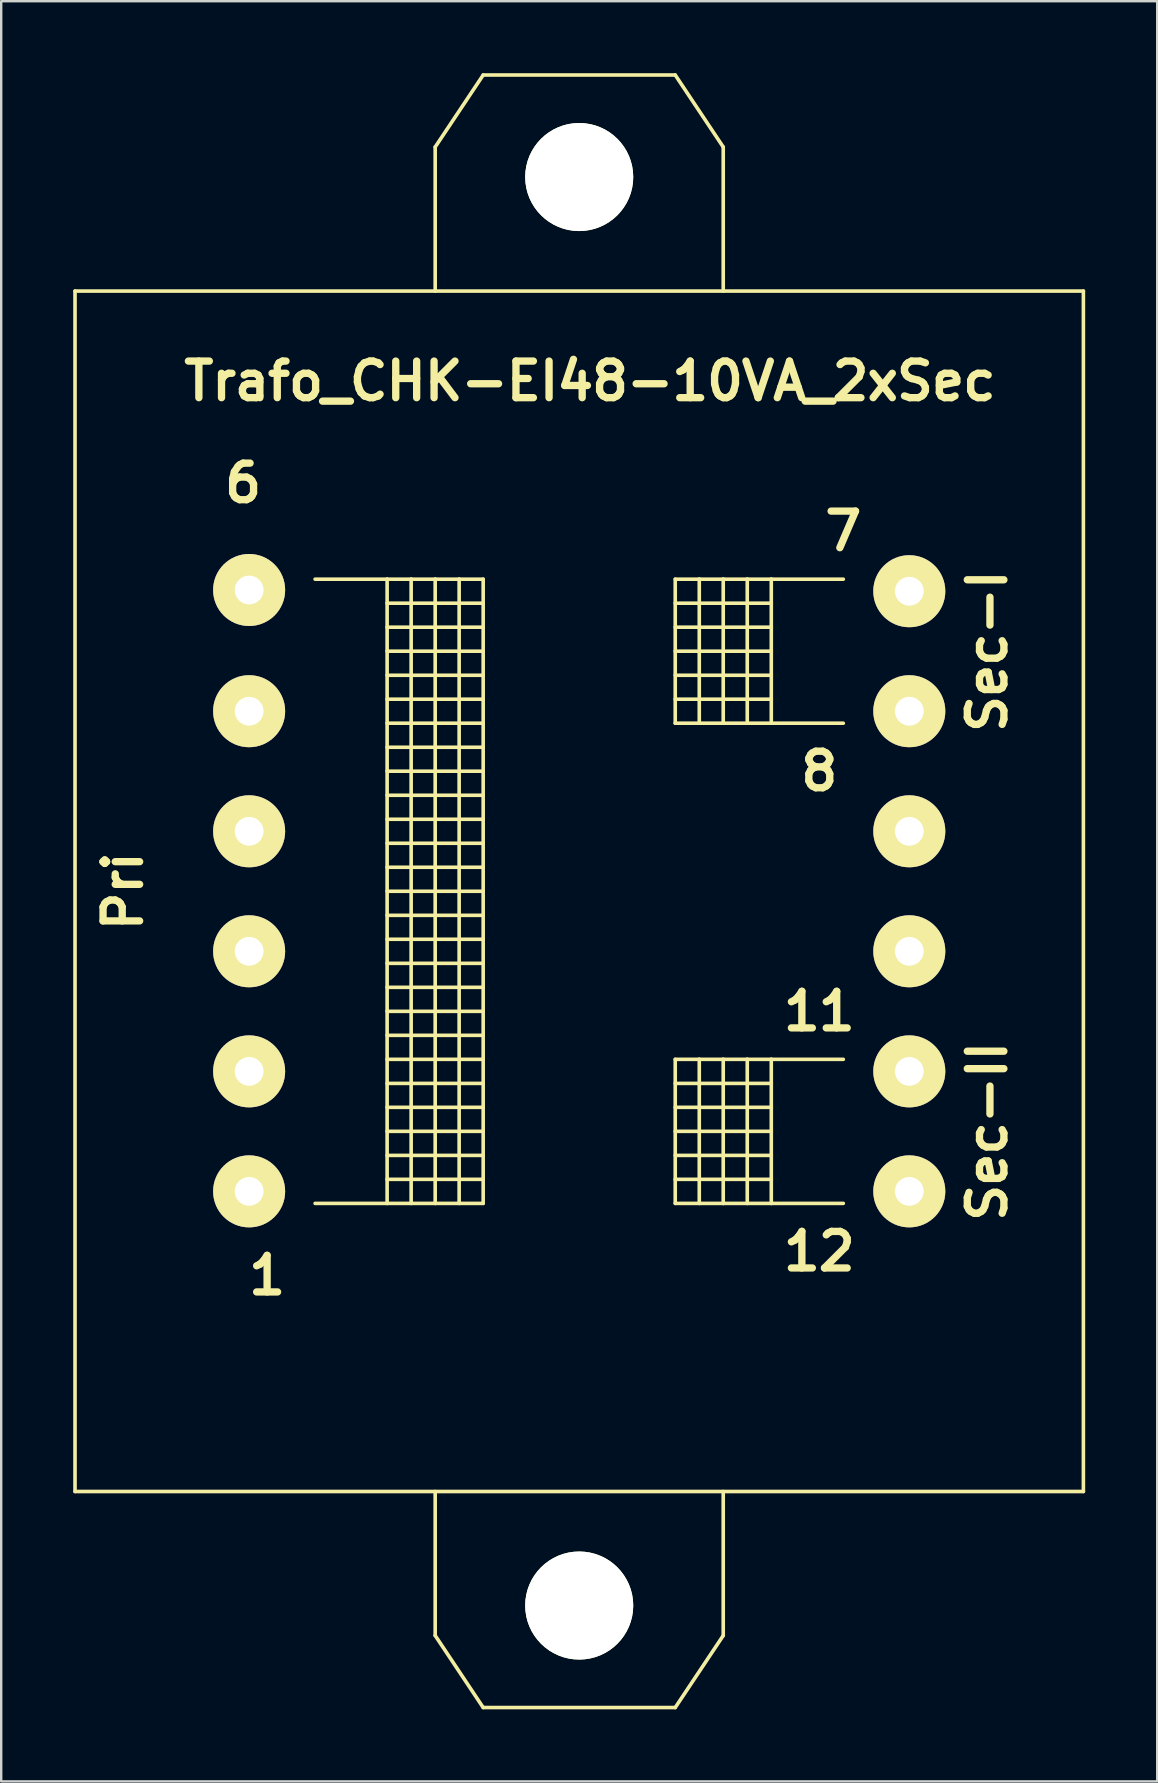
<source format=kicad_pcb>
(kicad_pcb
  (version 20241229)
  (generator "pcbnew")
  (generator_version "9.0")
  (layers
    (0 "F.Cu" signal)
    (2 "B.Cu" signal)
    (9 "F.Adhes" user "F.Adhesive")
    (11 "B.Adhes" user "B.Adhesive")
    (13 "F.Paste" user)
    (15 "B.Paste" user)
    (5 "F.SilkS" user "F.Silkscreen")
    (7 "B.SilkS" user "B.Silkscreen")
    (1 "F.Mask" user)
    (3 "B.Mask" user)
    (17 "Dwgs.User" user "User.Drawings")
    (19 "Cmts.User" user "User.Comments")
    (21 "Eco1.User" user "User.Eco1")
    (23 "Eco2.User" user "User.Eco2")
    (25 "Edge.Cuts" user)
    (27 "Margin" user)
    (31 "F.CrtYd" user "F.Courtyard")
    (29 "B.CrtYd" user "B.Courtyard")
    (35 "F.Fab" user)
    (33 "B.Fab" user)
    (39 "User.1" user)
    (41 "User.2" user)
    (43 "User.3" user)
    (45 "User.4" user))
  (footprint "Trafo_CHK-EI48-10VA_2xSec"
    (layer "F.Cu")
    (at 21.076 34.075)
    (property "Reference" "Trafo_CHK-EI48-10VA_2xSec" (at 0.45 -21.25 0) (layer "F.SilkS") (effects (font (size 1.524 1.524) (thickness 0.305))))
    (attr through_hole)
    (fp_line (start -21.001 -25.001) (end -21.001 25.001) (stroke (width 0.15) (type solid)) (layer "F.SilkS"))
    (fp_line (start -21.001 25.001) (end 21.001 25.001) (stroke (width 0.15) (type solid)) (layer "F.SilkS"))
    (fp_line (start -11.001 -13) (end -8.001 -13) (stroke (width 0.15) (type solid)) (layer "F.SilkS"))
    (fp_line (start -8.001 -13) (end -8.001 13) (stroke (width 0.15) (type solid)) (layer "F.SilkS"))
    (fp_line (start -8.001 -13) (end -7 -13) (stroke (width 0.15) (type solid)) (layer "F.SilkS"))
    (fp_line (start -8.001 -11.999) (end -4 -11.999) (stroke (width 0.15) (type solid)) (layer "F.SilkS"))
    (fp_line (start -8.001 -11.001) (end -4 -11.001) (stroke (width 0.15) (type solid)) (layer "F.SilkS"))
    (fp_line (start -8.001 -10) (end -4 -10) (stroke (width 0.15) (type solid)) (layer "F.SilkS"))
    (fp_line (start -8.001 -8.999) (end -4 -8.999) (stroke (width 0.15) (type solid)) (layer "F.SilkS"))
    (fp_line (start -8.001 -8.001) (end -4 -8.001) (stroke (width 0.15) (type solid)) (layer "F.SilkS"))
    (fp_line (start -8.001 -7) (end -4 -7) (stroke (width 0.15) (type solid)) (layer "F.SilkS"))
    (fp_line (start -8.001 -5.999) (end -4 -5.999) (stroke (width 0.15) (type solid)) (layer "F.SilkS"))
    (fp_line (start -8.001 -5.001) (end -4 -5.001) (stroke (width 0.15) (type solid)) (layer "F.SilkS"))
    (fp_line (start -8.001 -4) (end -4 -4) (stroke (width 0.15) (type solid)) (layer "F.SilkS"))
    (fp_line (start -8.001 -3) (end -4 -3) (stroke (width 0.15) (type solid)) (layer "F.SilkS"))
    (fp_line (start -8.001 -1.999) (end -4 -1.999) (stroke (width 0.15) (type solid)) (layer "F.SilkS"))
    (fp_line (start -8.001 -1.001) (end -4 -1.001) (stroke (width 0.15) (type solid)) (layer "F.SilkS"))
    (fp_line (start -8.001 0) (end -4 0) (stroke (width 0.15) (type solid)) (layer "F.SilkS"))
    (fp_line (start -8.001 1.001) (end -4 1.001) (stroke (width 0.15) (type solid)) (layer "F.SilkS"))
    (fp_line (start -8.001 1.999) (end -4 1.999) (stroke (width 0.15) (type solid)) (layer "F.SilkS"))
    (fp_line (start -8.001 3) (end -4 3) (stroke (width 0.15) (type solid)) (layer "F.SilkS"))
    (fp_line (start -8.001 4) (end -4 4) (stroke (width 0.15) (type solid)) (layer "F.SilkS"))
    (fp_line (start -8.001 5.001) (end -4 5.001) (stroke (width 0.15) (type solid)) (layer "F.SilkS"))
    (fp_line (start -8.001 5.999) (end -4 5.999) (stroke (width 0.15) (type solid)) (layer "F.SilkS"))
    (fp_line (start -8.001 7) (end -4 7) (stroke (width 0.15) (type solid)) (layer "F.SilkS"))
    (fp_line (start -8.001 8.001) (end -4 8.001) (stroke (width 0.15) (type solid)) (layer "F.SilkS"))
    (fp_line (start -8.001 8.999) (end -4 8.999) (stroke (width 0.15) (type solid)) (layer "F.SilkS"))
    (fp_line (start -8.001 10) (end -4 10) (stroke (width 0.15) (type solid)) (layer "F.SilkS"))
    (fp_line (start -8.001 11.999) (end -4 11.999) (stroke (width 0.15) (type solid)) (layer "F.SilkS"))
    (fp_line (start -8.001 13) (end -11.001 13) (stroke (width 0.15) (type solid)) (layer "F.SilkS"))
    (fp_line (start -7 -13) (end -7 13) (stroke (width 0.15) (type solid)) (layer "F.SilkS"))
    (fp_line (start -7 -13) (end -5.999 -13) (stroke (width 0.15) (type solid)) (layer "F.SilkS"))
    (fp_line (start -7 11.001) (end -8.001 11.001) (stroke (width 0.15) (type solid)) (layer "F.SilkS"))
    (fp_line (start -7 11.001) (end -4 11.001) (stroke (width 0.15) (type solid)) (layer "F.SilkS"))
    (fp_line (start -7 13) (end -8.001 13) (stroke (width 0.15) (type solid)) (layer "F.SilkS"))
    (fp_line (start -5.999 -31.001) (end -5.999 -25.001) (stroke (width 0.15) (type solid)) (layer "F.SilkS"))
    (fp_line (start -5.999 -13) (end -5.999 13) (stroke (width 0.15) (type solid)) (layer "F.SilkS"))
    (fp_line (start -5.999 -13) (end -5.001 -13) (stroke (width 0.15) (type solid)) (layer "F.SilkS"))
    (fp_line (start -5.999 13) (end -7 13) (stroke (width 0.15) (type solid)) (layer "F.SilkS"))
    (fp_line (start -5.999 31.001) (end -5.999 25.001) (stroke (width 0.15) (type solid)) (layer "F.SilkS"))
    (fp_line (start -5.001 -13) (end -5.001 13) (stroke (width 0.15) (type solid)) (layer "F.SilkS"))
    (fp_line (start -5.001 -13) (end -4 -13) (stroke (width 0.15) (type solid)) (layer "F.SilkS"))
    (fp_line (start -5.001 13) (end -5.999 13) (stroke (width 0.15) (type solid)) (layer "F.SilkS"))
    (fp_line (start -4 -34) (end -5.999 -31.001) (stroke (width 0.15) (type solid)) (layer "F.SilkS"))
    (fp_line (start -4 -13) (end -4 13) (stroke (width 0.15) (type solid)) (layer "F.SilkS"))
    (fp_line (start -4 13) (end -5.001 13) (stroke (width 0.15) (type solid)) (layer "F.SilkS"))
    (fp_line (start -4 34) (end -5.999 31.001) (stroke (width 0.15) (type solid)) (layer "F.SilkS"))
    (fp_line (start 4 -34) (end -4 -34) (stroke (width 0.15) (type solid)) (layer "F.SilkS"))
    (fp_line (start 4 -13) (end 4 -7) (stroke (width 0.15) (type solid)) (layer "F.SilkS"))
    (fp_line (start 4 -11.999) (end 8.001 -11.999) (stroke (width 0.15) (type solid)) (layer "F.SilkS"))
    (fp_line (start 4 -11.001) (end 8.001 -11.001) (stroke (width 0.15) (type solid)) (layer "F.SilkS"))
    (fp_line (start 4 -10) (end 8.001 -10) (stroke (width 0.15) (type solid)) (layer "F.SilkS"))
    (fp_line (start 4 -8.999) (end 8.001 -8.999) (stroke (width 0.15) (type solid)) (layer "F.SilkS"))
    (fp_line (start 4 -8.001) (end 8.001 -8.001) (stroke (width 0.15) (type solid)) (layer "F.SilkS"))
    (fp_line (start 4 -7) (end 5.001 -7) (stroke (width 0.15) (type solid)) (layer "F.SilkS"))
    (fp_line (start 4 7) (end 4 13) (stroke (width 0.15) (type solid)) (layer "F.SilkS"))
    (fp_line (start 4 8.001) (end 8.001 8.001) (stroke (width 0.15) (type solid)) (layer "F.SilkS"))
    (fp_line (start 4 8.999) (end 8.001 8.999) (stroke (width 0.15) (type solid)) (layer "F.SilkS"))
    (fp_line (start 4 10) (end 8.001 10) (stroke (width 0.15) (type solid)) (layer "F.SilkS"))
    (fp_line (start 4 11.001) (end 8.001 11.001) (stroke (width 0.15) (type solid)) (layer "F.SilkS"))
    (fp_line (start 4 11.999) (end 8.001 11.999) (stroke (width 0.15) (type solid)) (layer "F.SilkS"))
    (fp_line (start 4 13) (end 5.001 13) (stroke (width 0.15) (type solid)) (layer "F.SilkS"))
    (fp_line (start 4 34) (end -4 34) (stroke (width 0.15) (type solid)) (layer "F.SilkS"))
    (fp_line (start 5.001 -13) (end 4 -13) (stroke (width 0.15) (type solid)) (layer "F.SilkS"))
    (fp_line (start 5.001 -13) (end 5.001 -7) (stroke (width 0.15) (type solid)) (layer "F.SilkS"))
    (fp_line (start 5.001 -7) (end 5.999 -7) (stroke (width 0.15) (type solid)) (layer "F.SilkS"))
    (fp_line (start 5.001 7) (end 4 7) (stroke (width 0.15) (type solid)) (layer "F.SilkS"))
    (fp_line (start 5.001 7) (end 5.001 13) (stroke (width 0.15) (type solid)) (layer "F.SilkS"))
    (fp_line (start 5.001 13) (end 5.999 13) (stroke (width 0.15) (type solid)) (layer "F.SilkS"))
    (fp_line (start 5.999 -31.001) (end 4 -34) (stroke (width 0.15) (type solid)) (layer "F.SilkS"))
    (fp_line (start 5.999 -25.001) (end 5.999 -31.001) (stroke (width 0.15) (type solid)) (layer "F.SilkS"))
    (fp_line (start 5.999 -13) (end 5.001 -13) (stroke (width 0.15) (type solid)) (layer "F.SilkS"))
    (fp_line (start 5.999 -13) (end 5.999 -7) (stroke (width 0.15) (type solid)) (layer "F.SilkS"))
    (fp_line (start 5.999 -7) (end 7 -7) (stroke (width 0.15) (type solid)) (layer "F.SilkS"))
    (fp_line (start 5.999 7) (end 5.001 7) (stroke (width 0.15) (type solid)) (layer "F.SilkS"))
    (fp_line (start 5.999 7) (end 5.999 13) (stroke (width 0.15) (type solid)) (layer "F.SilkS"))
    (fp_line (start 5.999 13) (end 7 13) (stroke (width 0.15) (type solid)) (layer "F.SilkS"))
    (fp_line (start 5.999 25.001) (end 5.999 31.001) (stroke (width 0.15) (type solid)) (layer "F.SilkS"))
    (fp_line (start 5.999 31.001) (end 4 34) (stroke (width 0.15) (type solid)) (layer "F.SilkS"))
    (fp_line (start 7 -13) (end 5.999 -13) (stroke (width 0.15) (type solid)) (layer "F.SilkS"))
    (fp_line (start 7 -13) (end 7 -7) (stroke (width 0.15) (type solid)) (layer "F.SilkS"))
    (fp_line (start 7 -7) (end 8.001 -7) (stroke (width 0.15) (type solid)) (layer "F.SilkS"))
    (fp_line (start 7 7) (end 5.999 7) (stroke (width 0.15) (type solid)) (layer "F.SilkS"))
    (fp_line (start 7 7) (end 7 13) (stroke (width 0.15) (type solid)) (layer "F.SilkS"))
    (fp_line (start 7 13) (end 8.001 13) (stroke (width 0.15) (type solid)) (layer "F.SilkS"))
    (fp_line (start 8.001 -13) (end 7 -13) (stroke (width 0.15) (type solid)) (layer "F.SilkS"))
    (fp_line (start 8.001 -13) (end 8.001 -7) (stroke (width 0.15) (type solid)) (layer "F.SilkS"))
    (fp_line (start 8.001 -7) (end 11.001 -7) (stroke (width 0.15) (type solid)) (layer "F.SilkS"))
    (fp_line (start 8.001 7) (end 7 7) (stroke (width 0.15) (type solid)) (layer "F.SilkS"))
    (fp_line (start 8.001 7) (end 8.001 13) (stroke (width 0.15) (type solid)) (layer "F.SilkS"))
    (fp_line (start 8.001 13) (end 11.001 13) (stroke (width 0.15) (type solid)) (layer "F.SilkS"))
    (fp_line (start 11.001 -13) (end 8.001 -13) (stroke (width 0.15) (type solid)) (layer "F.SilkS"))
    (fp_line (start 11.001 7) (end 8.001 7) (stroke (width 0.15) (type solid)) (layer "F.SilkS"))
    (fp_line (start 21.001 -25.001) (end -21.001 -25.001) (stroke (width 0.15) (type solid)) (layer "F.SilkS"))
    (fp_line (start 21.001 25.001) (end 21.001 -25.001) (stroke (width 0.15) (type solid)) (layer "F.SilkS"))
    (fp_text user "8" (at 10 -5.001 0) (layer "F.SilkS") (effects (font (size 1.524 1.524) (thickness 0.305))))
    (fp_text user "Sec-II" (at 17 10 90) (layer "F.SilkS") (effects (font (size 1.524 1.524) (thickness 0.305))))
    (fp_text user "11" (at 10 5.001 0) (layer "F.SilkS") (effects (font (size 1.524 1.524) (thickness 0.305))))
    (fp_text user "Pri" (at -18.999 0 90) (layer "F.SilkS") (effects (font (size 1.524 1.524) (thickness 0.305))))
    (fp_text user "12" (at 10 15.001 0) (layer "F.SilkS") (effects (font (size 1.524 1.524) (thickness 0.305))))
    (fp_text user "7" (at 11.001 -15.001 0) (layer "F.SilkS") (effects (font (size 1.524 1.524) (thickness 0.305))))
    (fp_text user "6" (at -14 -17 0) (layer "F.SilkS") (effects (font (size 1.524 1.524) (thickness 0.305))))
    (fp_text user "1" (at -13 15.999 0) (layer "F.SilkS") (effects (font (size 1.524 1.524) (thickness 0.305))))
    (fp_text user "Sec-I" (at 17 -10 90) (layer "F.SilkS") (effects (font (size 1.524 1.524) (thickness 0.305))))
    (pad "" np_thru_hole circle (at 0 -29.751) (size 4.501 4.501) (drill 4.501) (layers "*.Cu" "*.Mask" "F.SilkS"))
    (pad "" np_thru_hole circle (at 0 29.751) (size 4.501 4.501) (drill 4.501) (layers "*.Cu" "*.Mask" "F.SilkS"))
    (pad "1" thru_hole circle (at -13.749 12.499) (size 3 3) (drill 1.199) (layers "*.Cu" "*.Mask" "F.SilkS"))
    (pad "2" thru_hole circle (at -13.749 7.501) (size 3 3) (drill 1.199) (layers "*.Cu" "*.Mask" "F.SilkS"))
    (pad "3" thru_hole circle (at -13.749 2.499) (size 3 3) (drill 1.199) (layers "*.Cu" "*.Mask" "F.SilkS"))
    (pad "4" thru_hole circle (at -13.749 -2.499) (size 3 3) (drill 1.199) (layers "*.Cu" "*.Mask" "F.SilkS"))
    (pad "5" thru_hole circle (at -13.749 -7.501) (size 3 3) (drill 1.199) (layers "*.Cu" "*.Mask" "F.SilkS"))
    (pad "6" thru_hole circle (at -13.749 -12.55) (size 3 3) (drill 1.199) (layers "*.Cu" "*.Mask" "F.SilkS"))
    (pad "7" thru_hole circle (at 13.749 -12.499) (size 3 3) (drill 1.199) (layers "*.Cu" "*.Mask" "F.SilkS"))
    (pad "8" thru_hole circle (at 13.749 -7.501) (size 3 3) (drill 1.199) (layers "*.Cu" "*.Mask" "F.SilkS"))
    (pad "9" thru_hole circle (at 13.749 -2.499) (size 3 3) (drill 1.199) (layers "*.Cu" "*.Mask" "F.SilkS"))
    (pad "10" thru_hole circle (at 13.749 2.499) (size 3 3) (drill 1.199) (layers "*.Cu" "*.Mask" "F.SilkS"))
    (pad "11" thru_hole circle (at 13.749 7.501) (size 3 3) (drill 1.199) (layers "*.Cu" "*.Mask" "F.SilkS"))
    (pad "12" thru_hole circle (at 13.749 12.499) (size 3 3) (drill 1.199) (layers "*.Cu" "*.Mask" "F.SilkS")))
  (gr_rect
    (start -3 -3)
    (end 45.151 71.151)
    (stroke (width 0.1) (type default))
    (fill no)
    (layer "Edge.Cuts")))
</source>
